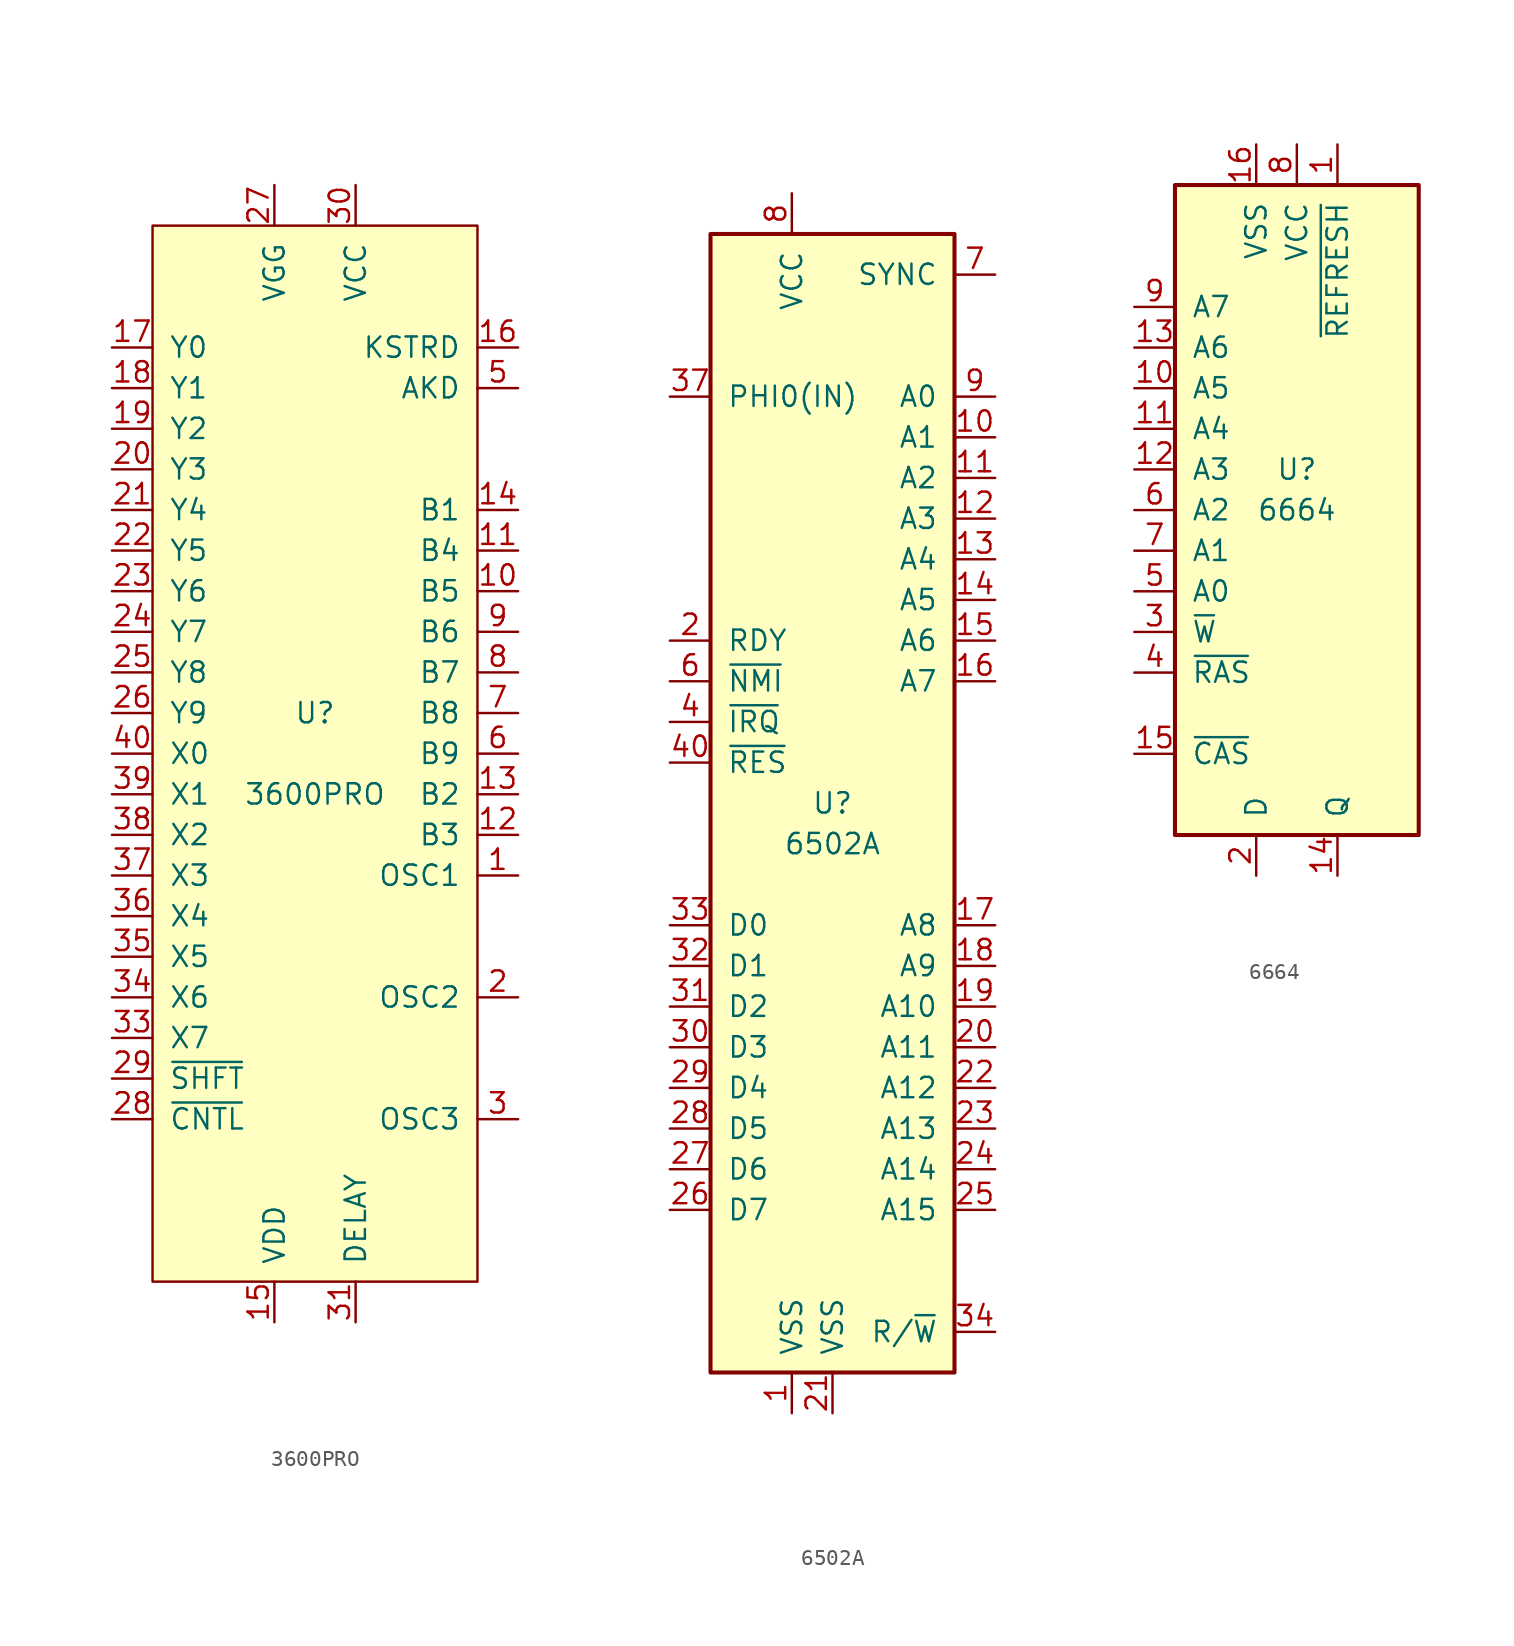
<source format=kicad_sym>
(kicad_symbol_lib
  (version 20220914)
  (generator kicad_symbol_editor)
  (symbol "3600PRO"
    (pin_names
      (offset 1.016))
    (property "Reference" "U"
      (at 0 2.54 0)
      (effects (font (size 1.27 1.27))))
    (property "Value" "3600PRO"
      (at 0 -2.54 0)
      (effects (font (size 1.27 1.27))))
    (symbol "3600PRO_0_1"
      (rectangle (start -10.16 33.02) (end 10.16 -33.02) (stroke (width 0) (type solid)) (fill (type background))))
    (symbol "3600PRO_1_1"
      (pin passive line (at 12.7 -7.62 180) (length 2.54) (name "OSC1" (effects (font (size 1.27 1.27)))) (number "1" (effects (font (size 1.27 1.27)))))
      (pin output line (at 12.7 10.16 180) (length 2.54) (name "B5" (effects (font (size 1.27 1.27)))) (number "10" (effects (font (size 1.27 1.27)))))
      (pin output line (at 12.7 12.7 180) (length 2.54) (name "B4" (effects (font (size 1.27 1.27)))) (number "11" (effects (font (size 1.27 1.27)))))
      (pin output line (at 12.7 -5.08 180) (length 2.54) (name "B3" (effects (font (size 1.27 1.27)))) (number "12" (effects (font (size 1.27 1.27)))))
      (pin output line (at 12.7 -2.54 180) (length 2.54) (name "B2" (effects (font (size 1.27 1.27)))) (number "13" (effects (font (size 1.27 1.27)))))
      (pin output line (at 12.7 15.24 180) (length 2.54) (name "B1" (effects (font (size 1.27 1.27)))) (number "14" (effects (font (size 1.27 1.27)))))
      (pin power_in line (at -2.54 -35.56 90) (length 2.54) (name "VDD" (effects (font (size 1.27 1.27)))) (number "15" (effects (font (size 1.27 1.27)))))
      (pin output line (at 12.7 25.4 180) (length 2.54) (name "KSTRD" (effects (font (size 1.27 1.27)))) (number "16" (effects (font (size 1.27 1.27)))))
      (pin passive line (at -12.7 25.4 0) (length 2.54) (name "Y0" (effects (font (size 1.27 1.27)))) (number "17" (effects (font (size 1.27 1.27)))))
      (pin passive line (at -12.7 22.86 0) (length 2.54) (name "Y1" (effects (font (size 1.27 1.27)))) (number "18" (effects (font (size 1.27 1.27)))))
      (pin passive line (at -12.7 20.32 0) (length 2.54) (name "Y2" (effects (font (size 1.27 1.27)))) (number "19" (effects (font (size 1.27 1.27)))))
      (pin passive line (at 12.7 -15.24 180) (length 2.54) (name "OSC2" (effects (font (size 1.27 1.27)))) (number "2" (effects (font (size 1.27 1.27)))))
      (pin passive line (at -12.7 17.78 0) (length 2.54) (name "Y3" (effects (font (size 1.27 1.27)))) (number "20" (effects (font (size 1.27 1.27)))))
      (pin passive line (at -12.7 15.24 0) (length 2.54) (name "Y4" (effects (font (size 1.27 1.27)))) (number "21" (effects (font (size 1.27 1.27)))))
      (pin passive line (at -12.7 12.7 0) (length 2.54) (name "Y5" (effects (font (size 1.27 1.27)))) (number "22" (effects (font (size 1.27 1.27)))))
      (pin passive line (at -12.7 10.16 0) (length 2.54) (name "Y6" (effects (font (size 1.27 1.27)))) (number "23" (effects (font (size 1.27 1.27)))))
      (pin passive line (at -12.7 7.62 0) (length 2.54) (name "Y7" (effects (font (size 1.27 1.27)))) (number "24" (effects (font (size 1.27 1.27)))))
      (pin passive line (at -12.7 5.08 0) (length 2.54) (name "Y8" (effects (font (size 1.27 1.27)))) (number "25" (effects (font (size 1.27 1.27)))))
      (pin passive line (at -12.7 2.54 0) (length 2.54) (name "Y9" (effects (font (size 1.27 1.27)))) (number "26" (effects (font (size 1.27 1.27)))))
      (pin power_in line (at -2.54 35.56 270) (length 2.54) (name "VGG" (effects (font (size 1.27 1.27)))) (number "27" (effects (font (size 1.27 1.27)))))
      (pin input line (at -12.7 -22.86 0) (length 2.54) (name "~{CNTL}" (effects (font (size 1.27 1.27)))) (number "28" (effects (font (size 1.27 1.27)))))
      (pin input line (at -12.7 -20.32 0) (length 2.54) (name "~{SHFT}" (effects (font (size 1.27 1.27)))) (number "29" (effects (font (size 1.27 1.27)))))
      (pin passive line (at 12.7 -22.86 180) (length 2.54) (name "OSC3" (effects (font (size 1.27 1.27)))) (number "3" (effects (font (size 1.27 1.27)))))
      (pin power_in line (at 2.54 35.56 270) (length 2.54) (name "VCC" (effects (font (size 1.27 1.27)))) (number "30" (effects (font (size 1.27 1.27)))))
      (pin input line (at 2.54 -35.56 90) (length 2.54) (name "DELAY" (effects (font (size 1.27 1.27)))) (number "31" (effects (font (size 1.27 1.27)))))
      (pin passive line (at -12.7 -17.78 0) (length 2.54) (name "X7" (effects (font (size 1.27 1.27)))) (number "33" (effects (font (size 1.27 1.27)))))
      (pin passive line (at -12.7 -15.24 0) (length 2.54) (name "X6" (effects (font (size 1.27 1.27)))) (number "34" (effects (font (size 1.27 1.27)))))
      (pin passive line (at -12.7 -12.7 0) (length 2.54) (name "X5" (effects (font (size 1.27 1.27)))) (number "35" (effects (font (size 1.27 1.27)))))
      (pin passive line (at -12.7 -10.16 0) (length 2.54) (name "X4" (effects (font (size 1.27 1.27)))) (number "36" (effects (font (size 1.27 1.27)))))
      (pin passive line (at -12.7 -7.62 0) (length 2.54) (name "X3" (effects (font (size 1.27 1.27)))) (number "37" (effects (font (size 1.27 1.27)))))
      (pin passive line (at -12.7 -5.08 0) (length 2.54) (name "X2" (effects (font (size 1.27 1.27)))) (number "38" (effects (font (size 1.27 1.27)))))
      (pin passive line (at -12.7 -2.54 0) (length 2.54) (name "X1" (effects (font (size 1.27 1.27)))) (number "39" (effects (font (size 1.27 1.27)))))
      (pin passive line (at -12.7 0 0) (length 2.54) (name "X0" (effects (font (size 1.27 1.27)))) (number "40" (effects (font (size 1.27 1.27)))))
      (pin output line (at 12.7 22.86 180) (length 2.54) (name "AKD" (effects (font (size 1.27 1.27)))) (number "5" (effects (font (size 1.27 1.27)))))
      (pin output line (at 12.7 0 180) (length 2.54) (name "B9" (effects (font (size 1.27 1.27)))) (number "6" (effects (font (size 1.27 1.27)))))
      (pin output line (at 12.7 2.54 180) (length 2.54) (name "B8" (effects (font (size 1.27 1.27)))) (number "7" (effects (font (size 1.27 1.27)))))
      (pin output line (at 12.7 5.08 180) (length 2.54) (name "B7" (effects (font (size 1.27 1.27)))) (number "8" (effects (font (size 1.27 1.27)))))
      (pin output line (at 12.7 7.62 180) (length 2.54) (name "B6" (effects (font (size 1.27 1.27)))) (number "9" (effects (font (size 1.27 1.27)))))))
  (symbol "6502A"
    (pin_names
      (offset 1.016))
    (property "Reference" "U"
      (at 0 0 0)
      (effects (font (size 1.27 1.27))))
    (property "Value" "6502A"
      (at 0 -2.54 0)
      (effects (font (size 1.27 1.27))))
    (symbol "6502A_0_1"
      (rectangle (start 7.62 -35.56) (end -7.62 35.56) (stroke (width 0.254) (type solid)) (fill (type background))))
    (symbol "6502A_1_1"
      (pin power_in line (at -2.54 -38.1 90) (length 2.54) (name "VSS" (effects (font (size 1.27 1.27)))) (number "1" (effects (font (size 1.27 1.27)))))
      (pin output line (at 10.16 22.86 180) (length 2.54) (name "A1" (effects (font (size 1.27 1.27)))) (number "10" (effects (font (size 1.27 1.27)))))
      (pin output line (at 10.16 20.32 180) (length 2.54) (name "A2" (effects (font (size 1.27 1.27)))) (number "11" (effects (font (size 1.27 1.27)))))
      (pin output line (at 10.16 17.78 180) (length 2.54) (name "A3" (effects (font (size 1.27 1.27)))) (number "12" (effects (font (size 1.27 1.27)))))
      (pin output line (at 10.16 15.24 180) (length 2.54) (name "A4" (effects (font (size 1.27 1.27)))) (number "13" (effects (font (size 1.27 1.27)))))
      (pin output line (at 10.16 12.7 180) (length 2.54) (name "A5" (effects (font (size 1.27 1.27)))) (number "14" (effects (font (size 1.27 1.27)))))
      (pin output line (at 10.16 10.16 180) (length 2.54) (name "A6" (effects (font (size 1.27 1.27)))) (number "15" (effects (font (size 1.27 1.27)))))
      (pin output line (at 10.16 7.62 180) (length 2.54) (name "A7" (effects (font (size 1.27 1.27)))) (number "16" (effects (font (size 1.27 1.27)))))
      (pin output line (at 10.16 -7.62 180) (length 2.54) (name "A8" (effects (font (size 1.27 1.27)))) (number "17" (effects (font (size 1.27 1.27)))))
      (pin output line (at 10.16 -10.16 180) (length 2.54) (name "A9" (effects (font (size 1.27 1.27)))) (number "18" (effects (font (size 1.27 1.27)))))
      (pin output line (at 10.16 -12.7 180) (length 2.54) (name "A10" (effects (font (size 1.27 1.27)))) (number "19" (effects (font (size 1.27 1.27)))))
      (pin input line (at -10.16 10.16 0) (length 2.54) (name "RDY" (effects (font (size 1.27 1.27)))) (number "2" (effects (font (size 1.27 1.27)))))
      (pin output line (at 10.16 -15.24 180) (length 2.54) (name "A11" (effects (font (size 1.27 1.27)))) (number "20" (effects (font (size 1.27 1.27)))))
      (pin power_in line (at 0 -38.1 90) (length 2.54) (name "VSS" (effects (font (size 1.27 1.27)))) (number "21" (effects (font (size 1.27 1.27)))))
      (pin output line (at 10.16 -17.78 180) (length 2.54) (name "A12" (effects (font (size 1.27 1.27)))) (number "22" (effects (font (size 1.27 1.27)))))
      (pin output line (at 10.16 -20.32 180) (length 2.54) (name "A13" (effects (font (size 1.27 1.27)))) (number "23" (effects (font (size 1.27 1.27)))))
      (pin output line (at 10.16 -22.86 180) (length 2.54) (name "A14" (effects (font (size 1.27 1.27)))) (number "24" (effects (font (size 1.27 1.27)))))
      (pin output line (at 10.16 -25.4 180) (length 2.54) (name "A15" (effects (font (size 1.27 1.27)))) (number "25" (effects (font (size 1.27 1.27)))))
      (pin tri_state line (at -10.16 -25.4 0) (length 2.54) (name "D7" (effects (font (size 1.27 1.27)))) (number "26" (effects (font (size 1.27 1.27)))))
      (pin tri_state line (at -10.16 -22.86 0) (length 2.54) (name "D6" (effects (font (size 1.27 1.27)))) (number "27" (effects (font (size 1.27 1.27)))))
      (pin tri_state line (at -10.16 -20.32 0) (length 2.54) (name "D5" (effects (font (size 1.27 1.27)))) (number "28" (effects (font (size 1.27 1.27)))))
      (pin tri_state line (at -10.16 -17.78 0) (length 2.54) (name "D4" (effects (font (size 1.27 1.27)))) (number "29" (effects (font (size 1.27 1.27)))))
      (pin tri_state line (at -10.16 -15.24 0) (length 2.54) (name "D3" (effects (font (size 1.27 1.27)))) (number "30" (effects (font (size 1.27 1.27)))))
      (pin tri_state line (at -10.16 -12.7 0) (length 2.54) (name "D2" (effects (font (size 1.27 1.27)))) (number "31" (effects (font (size 1.27 1.27)))))
      (pin tri_state line (at -10.16 -10.16 0) (length 2.54) (name "D1" (effects (font (size 1.27 1.27)))) (number "32" (effects (font (size 1.27 1.27)))))
      (pin tri_state line (at -10.16 -7.62 0) (length 2.54) (name "D0" (effects (font (size 1.27 1.27)))) (number "33" (effects (font (size 1.27 1.27)))))
      (pin output line (at 10.16 -33.02 180) (length 2.54) (name "R/~{W}" (effects (font (size 1.27 1.27)))) (number "34" (effects (font (size 1.27 1.27)))))
      (pin input line (at -10.16 25.4 0) (length 2.54) (name "PHI0(IN)" (effects (font (size 1.27 1.27)))) (number "37" (effects (font (size 1.27 1.27)))))
      (pin input line (at -10.16 5.08 0) (length 2.54) (name "~{IRQ}" (effects (font (size 1.27 1.27)))) (number "4" (effects (font (size 1.27 1.27)))))
      (pin input line (at -10.16 2.54 0) (length 2.54) (name "~{RES}" (effects (font (size 1.27 1.27)))) (number "40" (effects (font (size 1.27 1.27)))))
      (pin input line (at -10.16 7.62 0) (length 2.54) (name "~{NMI}" (effects (font (size 1.27 1.27)))) (number "6" (effects (font (size 1.27 1.27)))))
      (pin output line (at 10.16 33.02 180) (length 2.54) (name "SYNC" (effects (font (size 1.27 1.27)))) (number "7" (effects (font (size 1.27 1.27)))))
      (pin power_in line (at -2.54 38.1 270) (length 2.54) (name "VCC" (effects (font (size 1.27 1.27)))) (number "8" (effects (font (size 1.27 1.27)))))
      (pin output line (at 10.16 25.4 180) (length 2.54) (name "A0" (effects (font (size 1.27 1.27)))) (number "9" (effects (font (size 1.27 1.27)))))))
  (symbol "6664"
    (pin_names
      (offset 1.016))
    (property "Reference" "U"
      (at 0 2.54 0)
      (effects (font (size 1.27 1.27))))
    (property "Value" "6664"
      (at 0 0 0)
      (effects (font (size 1.27 1.27))))
    (symbol "6664_0_1"
      (rectangle (start -7.62 20.32) (end 7.62 -20.32) (stroke (width 0.254) (type solid)) (fill (type background))))
    (symbol "6664_1_1"
      (pin input line (at 2.54 22.86 270) (length 2.54) (name "~{REFRESH}" (effects (font (size 1.27 1.27)))) (number "1" (effects (font (size 1.27 1.27)))))
      (pin input line (at -10.16 7.62 0) (length 2.54) (name "A5" (effects (font (size 1.27 1.27)))) (number "10" (effects (font (size 1.27 1.27)))))
      (pin input line (at -10.16 5.08 0) (length 2.54) (name "A4" (effects (font (size 1.27 1.27)))) (number "11" (effects (font (size 1.27 1.27)))))
      (pin input line (at -10.16 2.54 0) (length 2.54) (name "A3" (effects (font (size 1.27 1.27)))) (number "12" (effects (font (size 1.27 1.27)))))
      (pin input line (at -10.16 10.16 0) (length 2.54) (name "A6" (effects (font (size 1.27 1.27)))) (number "13" (effects (font (size 1.27 1.27)))))
      (pin tri_state line (at 2.54 -22.86 90) (length 2.54) (name "Q" (effects (font (size 1.27 1.27)))) (number "14" (effects (font (size 1.27 1.27)))))
      (pin input line (at -10.16 -15.24 0) (length 2.54) (name "~{CAS}" (effects (font (size 1.27 1.27)))) (number "15" (effects (font (size 1.27 1.27)))))
      (pin power_in line (at -2.54 22.86 270) (length 2.54) (name "VSS" (effects (font (size 1.27 1.27)))) (number "16" (effects (font (size 1.27 1.27)))))
      (pin input line (at -2.54 -22.86 90) (length 2.54) (name "D" (effects (font (size 1.27 1.27)))) (number "2" (effects (font (size 1.27 1.27)))))
      (pin input line (at -10.16 -7.62 0) (length 2.54) (name "~{W}" (effects (font (size 1.27 1.27)))) (number "3" (effects (font (size 1.27 1.27)))))
      (pin input line (at -10.16 -10.16 0) (length 2.54) (name "~{RAS}" (effects (font (size 1.27 1.27)))) (number "4" (effects (font (size 1.27 1.27)))))
      (pin input line (at -10.16 -5.08 0) (length 2.54) (name "A0" (effects (font (size 1.27 1.27)))) (number "5" (effects (font (size 1.27 1.27)))))
      (pin input line (at -10.16 0 0) (length 2.54) (name "A2" (effects (font (size 1.27 1.27)))) (number "6" (effects (font (size 1.27 1.27)))))
      (pin input line (at -10.16 -2.54 0) (length 2.54) (name "A1" (effects (font (size 1.27 1.27)))) (number "7" (effects (font (size 1.27 1.27)))))
      (pin power_in line (at 0 22.86 270) (length 2.54) (name "VCC" (effects (font (size 1.27 1.27)))) (number "8" (effects (font (size 1.27 1.27)))))
      (pin input line (at -10.16 12.7 0) (length 2.54) (name "A7" (effects (font (size 1.27 1.27)))) (number "9" (effects (font (size 1.27 1.27))))))))
</source>
